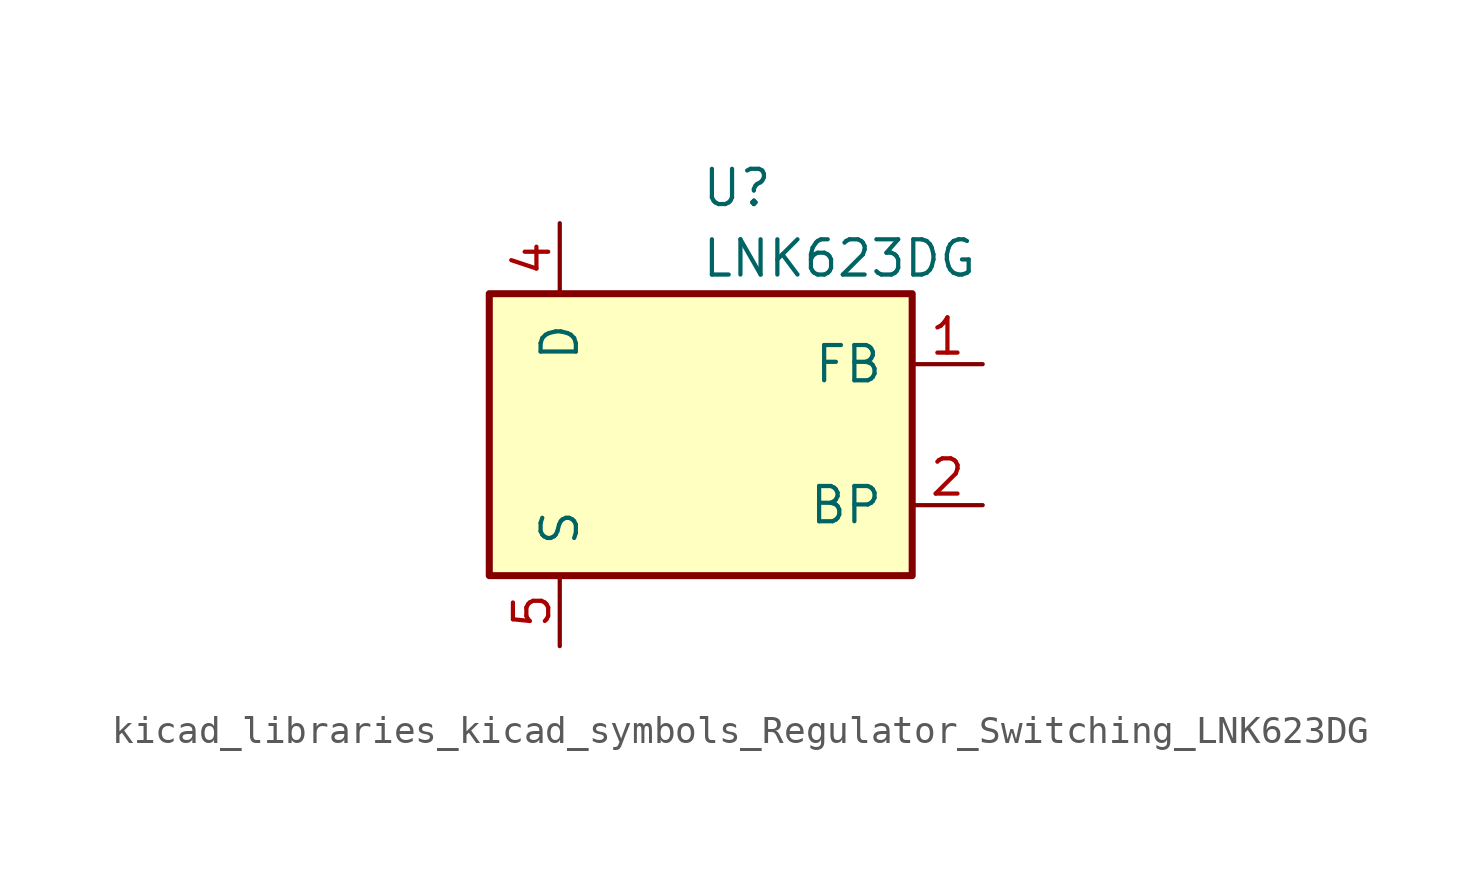
<source format=kicad_sym>
(kicad_symbol_lib
  (version 20220914)
  (generator kicad_symbol_editor)
  (symbol "kicad_libraries_kicad_symbols_Regulator_Switching_LNK623DG"
    (pin_names
      (offset 1.016))
    (property "Reference" "U"
      (at 0 8.89 0)
      (effects (font (size 1.27 1.27)) (justify left)))
    (property "Value" "LNK623DG"
      (at 0 6.35 0)
      (effects (font (size 1.27 1.27)) (justify left)))
    (symbol "kicad_libraries_kicad_symbols_Regulator_Switching_LNK623DG_0_1"
      (rectangle (start -7.62 5.08) (end 7.62 -5.08) (stroke (width 0.254) (type default)) (fill (type background))))
    (symbol "kicad_libraries_kicad_symbols_Regulator_Switching_LNK623DG_1_1"
      (pin input line (at 10.16 2.54 180) (length 2.54) (name "FB" (effects (font (size 1.27 1.27)))) (number "1" (effects (font (size 1.27 1.27)))))
      (pin input line (at 10.16 -2.54 180) (length 2.54) (name "BP" (effects (font (size 1.27 1.27)))) (number "2" (effects (font (size 1.27 1.27)))))
      (pin open_collector line (at -5.08 7.62 270) (length 2.54) (name "D" (effects (font (size 1.27 1.27)))) (number "4" (effects (font (size 1.27 1.27)))))
      (pin power_in line (at -5.08 -7.62 90) (length 2.54) (name "S" (effects (font (size 1.27 1.27)))) (number "5" (effects (font (size 1.27 1.27)))))
      (pin passive line (at -5.08 -7.62 90) (length 2.54) hide (name "S" (effects (font (size 1.27 1.27)))) (number "6" (effects (font (size 1.27 1.27)))))
      (pin passive line (at -5.08 -7.62 90) (length 2.54) hide (name "S" (effects (font (size 1.27 1.27)))) (number "7" (effects (font (size 1.27 1.27)))))
      (pin passive line (at -5.08 -7.62 90) (length 2.54) hide (name "S" (effects (font (size 1.27 1.27)))) (number "8" (effects (font (size 1.27 1.27))))))))
</source>
